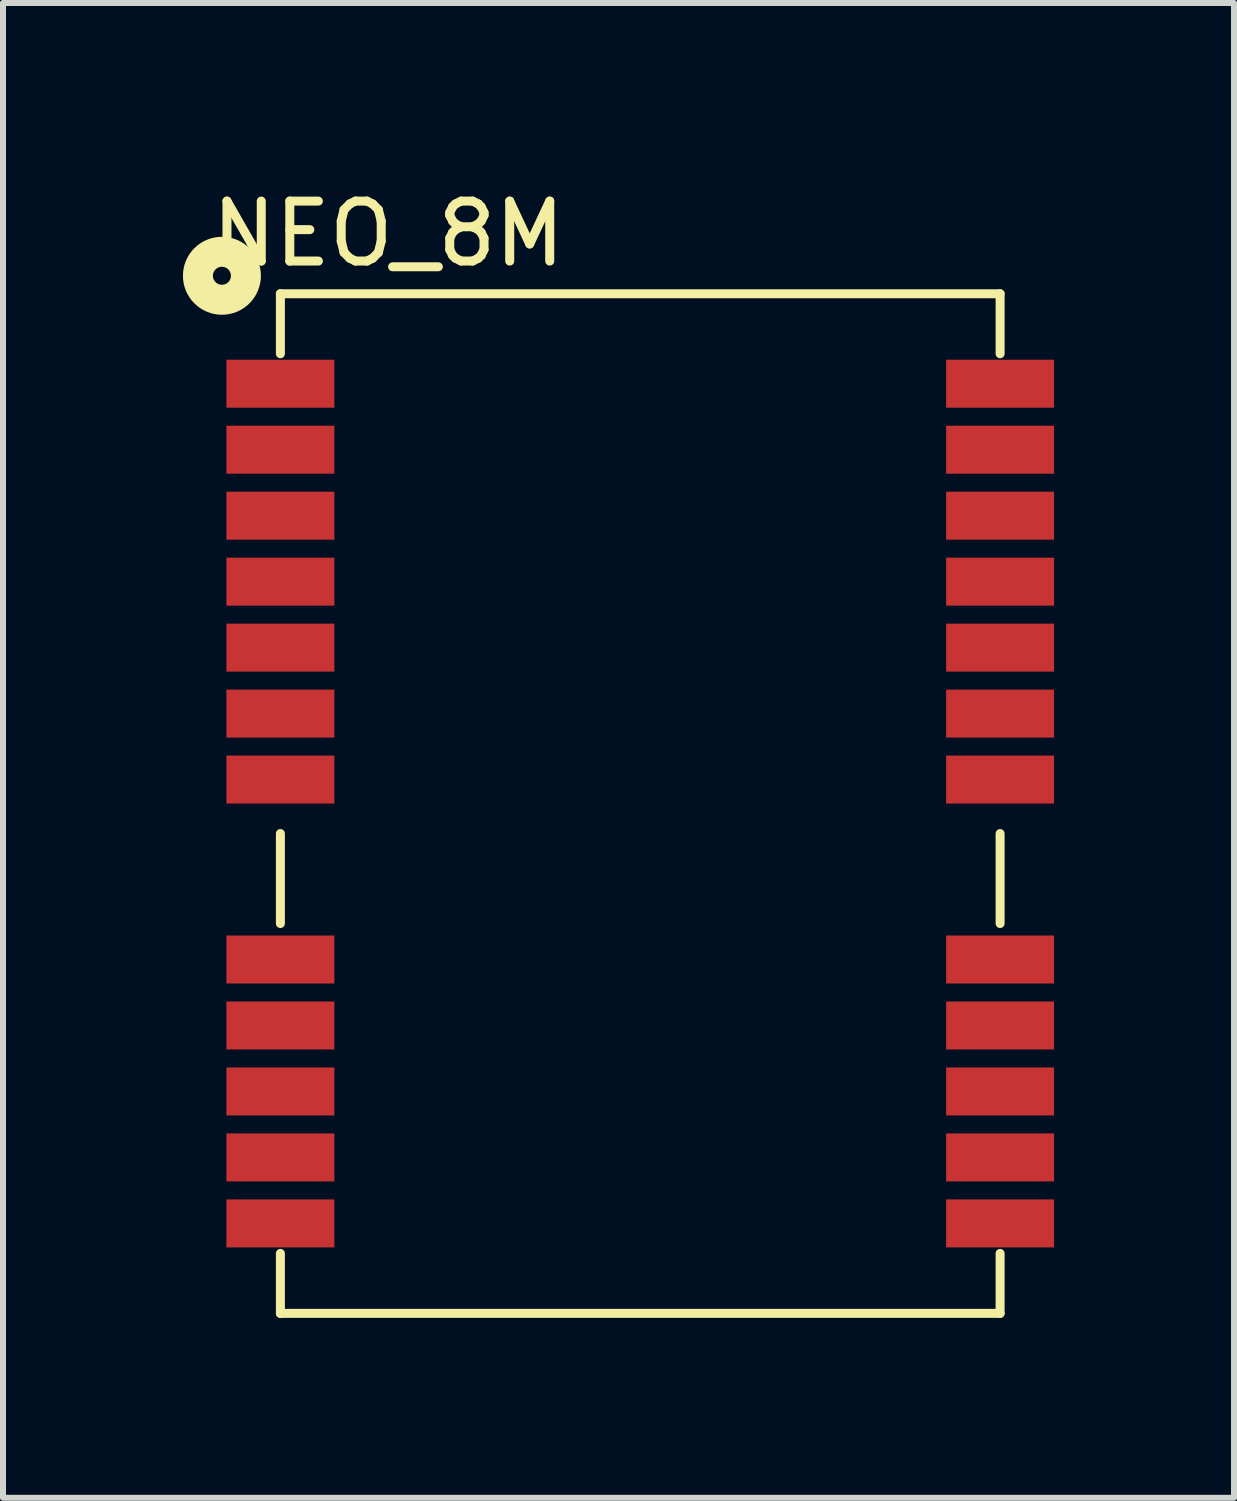
<source format=kicad_pcb>
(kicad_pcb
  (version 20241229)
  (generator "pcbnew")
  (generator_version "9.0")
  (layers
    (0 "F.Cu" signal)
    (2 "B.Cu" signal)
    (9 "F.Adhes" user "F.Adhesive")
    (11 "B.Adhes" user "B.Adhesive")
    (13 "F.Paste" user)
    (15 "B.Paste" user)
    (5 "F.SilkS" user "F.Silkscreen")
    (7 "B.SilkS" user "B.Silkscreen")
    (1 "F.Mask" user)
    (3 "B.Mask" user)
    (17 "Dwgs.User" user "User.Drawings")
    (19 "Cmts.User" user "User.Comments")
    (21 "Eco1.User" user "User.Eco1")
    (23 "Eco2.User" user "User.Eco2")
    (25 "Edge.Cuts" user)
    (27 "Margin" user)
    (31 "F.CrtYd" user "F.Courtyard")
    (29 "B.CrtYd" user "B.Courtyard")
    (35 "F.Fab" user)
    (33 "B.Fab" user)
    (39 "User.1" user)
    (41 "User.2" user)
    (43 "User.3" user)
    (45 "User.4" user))
  (footprint "NEO_8M"
    (layer "F.Cu")
    (at 7.625 3.348)
    (property "Reference" "NEO_8M" (at -4.2 -2.5 0) (layer "F.SilkS") (effects (font (size 1 1) (thickness 0.15))))
    (attr through_hole)
    (fp_line (start -6 -1.5) (end -6 -0.5) (stroke (width 0.15) (type solid)) (layer "F.SilkS"))
    (fp_line (start -6 7.5) (end -6 9) (stroke (width 0.15) (type solid)) (layer "F.SilkS"))
    (fp_line (start -6 15.5) (end -6 14.5) (stroke (width 0.15) (type solid)) (layer "F.SilkS"))
    (fp_line (start 6 -1.5) (end -6 -1.5) (stroke (width 0.15) (type solid)) (layer "F.SilkS"))
    (fp_line (start 6 -0.5) (end 6 -1.5) (stroke (width 0.15) (type solid)) (layer "F.SilkS"))
    (fp_line (start 6 9) (end 6 7.5) (stroke (width 0.15) (type solid)) (layer "F.SilkS"))
    (fp_line (start 6 14.5) (end 6 15.5) (stroke (width 0.15) (type solid)) (layer "F.SilkS"))
    (fp_line (start 6 15.5) (end -6 15.5) (stroke (width 0.15) (type solid)) (layer "F.SilkS"))
    (fp_circle (center -6.975 -1.8) (end -6.575 -1.8) (stroke (width 0.5) (type solid)) (fill no) (layer "F.SilkS"))
    (pad "1" smd rect (at -6 0) (size 1.8 0.8) (layers "F.Cu" "F.Mask" "F.Paste"))
    (pad "2" smd rect (at -6 1.1) (size 1.8 0.8) (layers "F.Cu" "F.Mask" "F.Paste"))
    (pad "3" smd rect (at -6 2.2) (size 1.8 0.8) (layers "F.Cu" "F.Mask" "F.Paste"))
    (pad "4" smd rect (at -6 3.3) (size 1.8 0.8) (layers "F.Cu" "F.Mask" "F.Paste"))
    (pad "5" smd rect (at -6 4.4) (size 1.8 0.8) (layers "F.Cu" "F.Mask" "F.Paste"))
    (pad "6" smd rect (at -6 5.5) (size 1.8 0.8) (layers "F.Cu" "F.Mask" "F.Paste"))
    (pad "7" smd rect (at -6 6.6) (size 1.8 0.8) (layers "F.Cu" "F.Mask" "F.Paste"))
    (pad "8" smd rect (at -6 9.6) (size 1.8 0.8) (layers "F.Cu" "F.Mask" "F.Paste"))
    (pad "9" smd rect (at -6 10.7) (size 1.8 0.8) (layers "F.Cu" "F.Mask" "F.Paste"))
    (pad "10" smd rect (at -6 11.8) (size 1.8 0.8) (layers "F.Cu" "F.Mask" "F.Paste"))
    (pad "11" smd rect (at -6 12.9) (size 1.8 0.8) (layers "F.Cu" "F.Mask" "F.Paste"))
    (pad "12" smd rect (at -6 14) (size 1.8 0.8) (layers "F.Cu" "F.Mask" "F.Paste"))
    (pad "13" smd rect (at 6 14) (size 1.8 0.8) (layers "F.Cu" "F.Mask" "F.Paste"))
    (pad "14" smd rect (at 6 12.9) (size 1.8 0.8) (layers "F.Cu" "F.Mask" "F.Paste"))
    (pad "15" smd rect (at 6 11.8) (size 1.8 0.8) (layers "F.Cu" "F.Mask" "F.Paste"))
    (pad "16" smd rect (at 6 10.7) (size 1.8 0.8) (layers "F.Cu" "F.Mask" "F.Paste"))
    (pad "17" smd rect (at 6 9.6) (size 1.8 0.8) (layers "F.Cu" "F.Mask" "F.Paste"))
    (pad "18" smd rect (at 6 6.6) (size 1.8 0.8) (layers "F.Cu" "F.Mask" "F.Paste"))
    (pad "19" smd rect (at 6 5.5) (size 1.8 0.8) (layers "F.Cu" "F.Mask" "F.Paste"))
    (pad "20" smd rect (at 6 4.4) (size 1.8 0.8) (layers "F.Cu" "F.Mask" "F.Paste"))
    (pad "21" smd rect (at 6 3.3) (size 1.8 0.8) (layers "F.Cu" "F.Mask" "F.Paste"))
    (pad "22" smd rect (at 6 2.2) (size 1.8 0.8) (layers "F.Cu" "F.Mask" "F.Paste"))
    (pad "23" smd rect (at 6 1.1) (size 1.8 0.8) (layers "F.Cu" "F.Mask" "F.Paste"))
    (pad "24" smd rect (at 6 0) (size 1.8 0.8) (layers "F.Cu" "F.Mask" "F.Paste")))
  (gr_rect
    (start -3 -3)
    (end 17.525 21.923)
    (stroke (width 0.1) (type default))
    (fill no)
    (layer "Edge.Cuts")))
</source>
